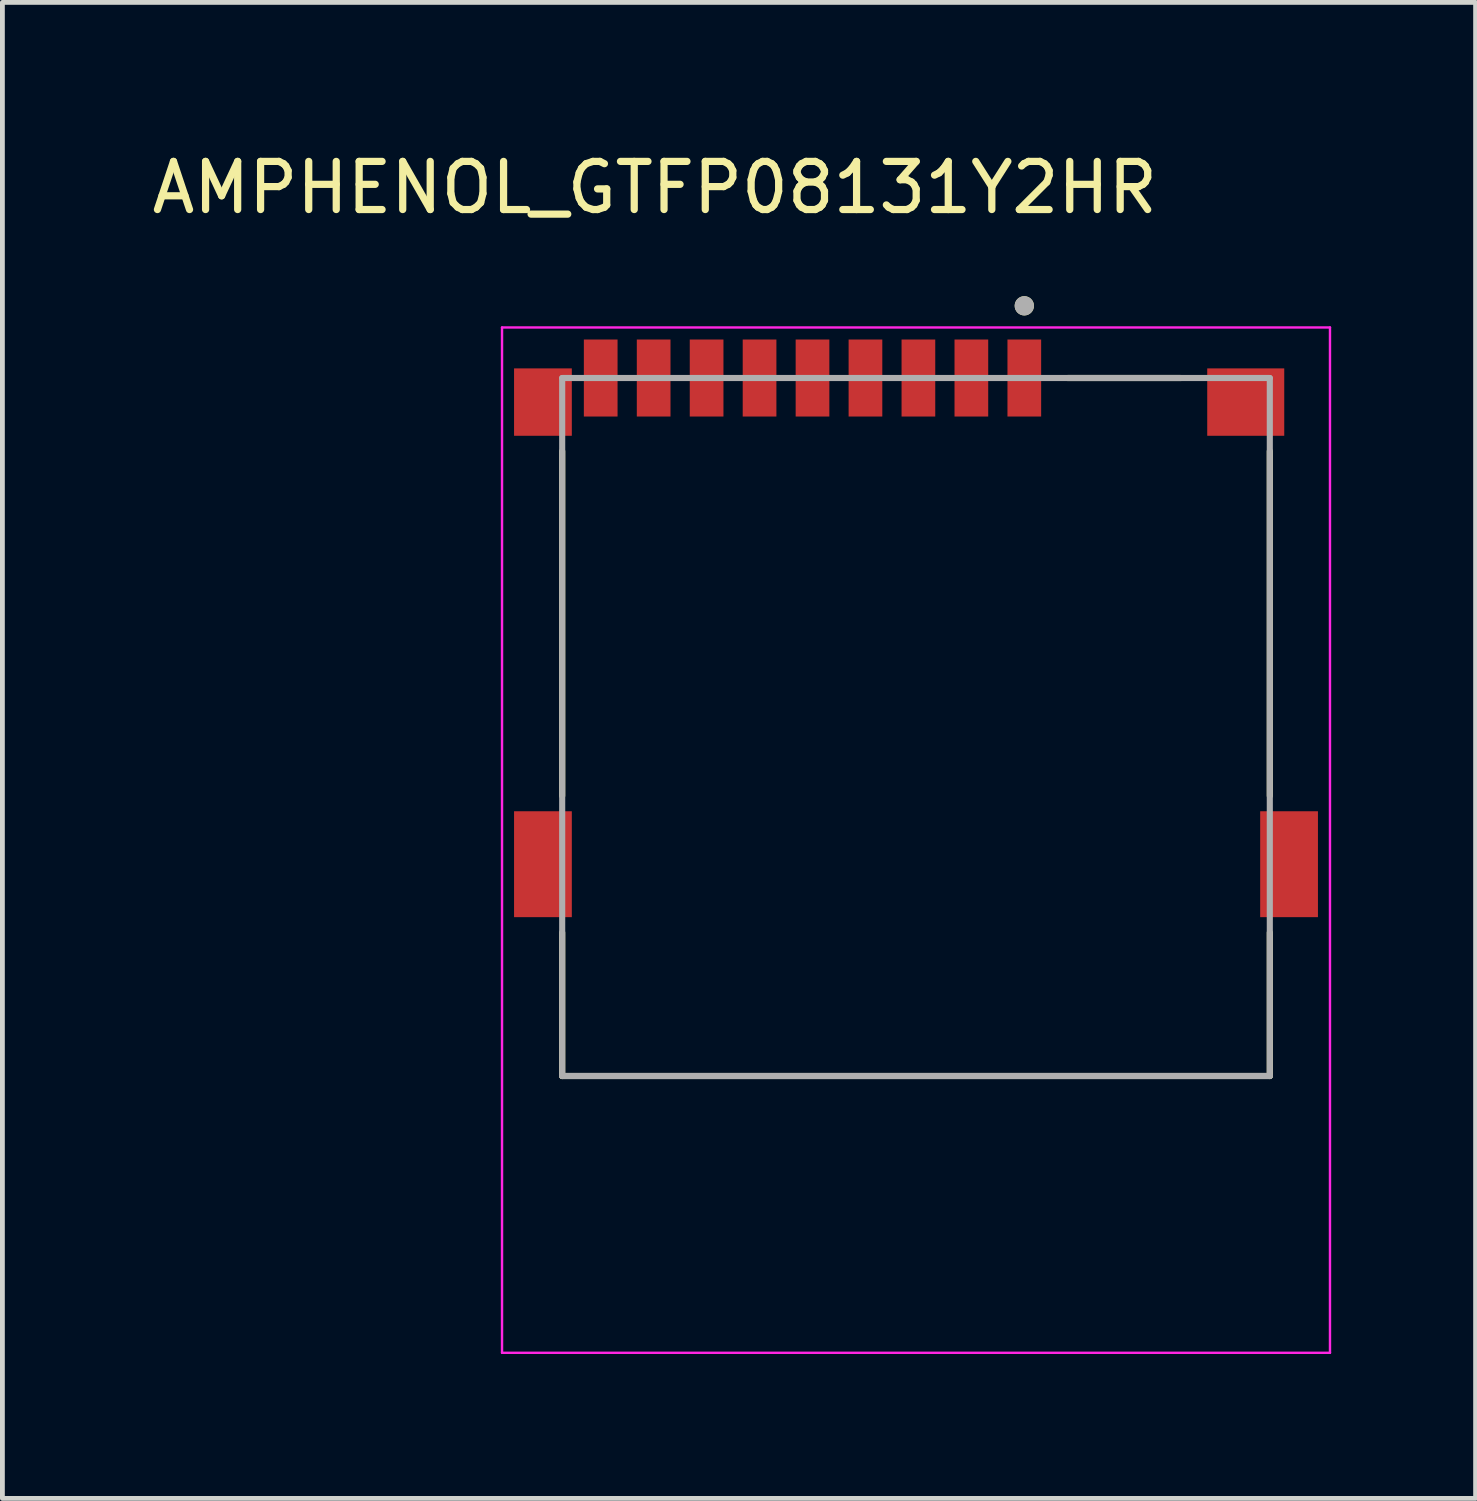
<source format=kicad_pcb>
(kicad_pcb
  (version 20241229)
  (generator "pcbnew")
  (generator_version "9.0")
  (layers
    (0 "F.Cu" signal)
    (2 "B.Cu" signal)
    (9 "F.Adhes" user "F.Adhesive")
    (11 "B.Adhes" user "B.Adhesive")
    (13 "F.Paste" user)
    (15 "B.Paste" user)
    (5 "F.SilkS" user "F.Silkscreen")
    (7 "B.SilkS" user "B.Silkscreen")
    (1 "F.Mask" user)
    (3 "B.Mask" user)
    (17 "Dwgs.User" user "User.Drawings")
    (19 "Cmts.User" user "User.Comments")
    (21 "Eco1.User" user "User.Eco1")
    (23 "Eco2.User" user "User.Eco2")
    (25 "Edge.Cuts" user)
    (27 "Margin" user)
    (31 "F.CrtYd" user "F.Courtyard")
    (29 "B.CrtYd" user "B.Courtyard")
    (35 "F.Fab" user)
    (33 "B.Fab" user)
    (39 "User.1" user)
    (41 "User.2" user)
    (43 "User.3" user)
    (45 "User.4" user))
  (footprint "AMPHENOL_GTFP08131Y2HR"
    (layer "F.Cu")
    (at 15.979 14.903)
    (property "Reference" "AMPHENOL_GTFP08131Y2HR" (at -5.425 -14.055 0) (layer "F.SilkS") (effects (font (size 1 1) (thickness 0.15))))
    (attr through_hole)
    (fp_line (start -7.35 -8.58) (end -7.35 -1.42) (stroke (width 0.127) (type solid)) (layer "F.SilkS"))
    (fp_line (start -7.35 4.4) (end -7.35 1.42) (stroke (width 0.127) (type solid)) (layer "F.SilkS"))
    (fp_line (start 3.15 -10.1) (end 5.5 -10.1) (stroke (width 0.127) (type solid)) (layer "F.SilkS"))
    (fp_line (start 7.35 -8.58) (end 7.35 -1.42) (stroke (width 0.127) (type solid)) (layer "F.SilkS"))
    (fp_line (start 7.35 4.4) (end -7.35 4.4) (stroke (width 0.127) (type solid)) (layer "F.SilkS"))
    (fp_line (start 7.35 4.4) (end 7.35 1.42) (stroke (width 0.127) (type solid)) (layer "F.SilkS"))
    (fp_circle (center 2.25 -11.6) (end 2.35 -11.6) (stroke (width 0.2) (type solid)) (fill no) (layer "F.SilkS"))
    (fp_line (start -8.6 -11.15) (end -8.6 10.15) (stroke (width 0.05) (type solid)) (layer "F.CrtYd"))
    (fp_line (start -8.6 10.15) (end 8.6 10.15) (stroke (width 0.05) (type solid)) (layer "F.CrtYd"))
    (fp_line (start 8.6 -11.15) (end -8.6 -11.15) (stroke (width 0.05) (type solid)) (layer "F.CrtYd"))
    (fp_line (start 8.6 10.15) (end 8.6 -11.15) (stroke (width 0.05) (type solid)) (layer "F.CrtYd"))
    (fp_line (start -7.35 -10.1) (end 7.35 -10.1) (stroke (width 0.127) (type solid)) (layer "F.Fab"))
    (fp_line (start -7.35 4.4) (end -7.35 -10.1) (stroke (width 0.127) (type solid)) (layer "F.Fab"))
    (fp_line (start 7.35 -10.1) (end 7.35 4.4) (stroke (width 0.127) (type solid)) (layer "F.Fab"))
    (fp_line (start 7.35 4.4) (end -7.35 4.4) (stroke (width 0.127) (type solid)) (layer "F.Fab"))
    (fp_circle (center 2.25 -11.6) (end 2.35 -11.6) (stroke (width 0.2) (type solid)) (fill no) (layer "F.Fab"))
    (pad "1" smd rect (at 2.25 -10.1) (size 0.7 1.6) (layers "F.Cu" "F.Mask" "F.Paste"))
    (pad "2" smd rect (at 1.15 -10.1) (size 0.7 1.6) (layers "F.Cu" "F.Mask" "F.Paste"))
    (pad "3" smd rect (at 0.05 -10.1) (size 0.7 1.6) (layers "F.Cu" "F.Mask" "F.Paste"))
    (pad "4" smd rect (at -1.05 -10.1) (size 0.7 1.6) (layers "F.Cu" "F.Mask" "F.Paste"))
    (pad "5" smd rect (at -2.15 -10.1) (size 0.7 1.6) (layers "F.Cu" "F.Mask" "F.Paste"))
    (pad "6" smd rect (at -3.25 -10.1) (size 0.7 1.6) (layers "F.Cu" "F.Mask" "F.Paste"))
    (pad "7" smd rect (at -4.35 -10.1) (size 0.7 1.6) (layers "F.Cu" "F.Mask" "F.Paste"))
    (pad "8" smd rect (at -5.45 -10.1) (size 0.7 1.6) (layers "F.Cu" "F.Mask" "F.Paste"))
    (pad "CD" smd rect (at -6.55 -10.1) (size 0.7 1.6) (layers "F.Cu" "F.Mask" "F.Paste"))
    (pad "S1" smd rect (at -7.75 -9.6) (size 1.2 1.4) (layers "F.Cu" "F.Mask" "F.Paste"))
    (pad "S2" smd rect (at 6.85 -9.6) (size 1.6 1.4) (layers "F.Cu" "F.Mask" "F.Paste"))
    (pad "S3" smd rect (at -7.75 0) (size 1.2 2.2) (layers "F.Cu" "F.Mask" "F.Paste"))
    (pad "S4" smd rect (at 7.75 0) (size 1.2 2.2) (layers "F.Cu" "F.Mask" "F.Paste"))
    (zone (net_name "") (layer "F.Cu") (hatch full 0.508) (connect_pads) (min_thickness 0.01) (filled_areas_thickness no) (keepout (tracks not_allowed) (vias not_allowed) (pads not_allowed) (copperpour not_allowed) (footprints allowed)) (placement (enabled no)) (fill) (polygon (pts (xy 10.079 8.803) (xy 19.079 8.803) (xy 19.079 10.803) (xy 10.079 10.803))))
    (zone (net_name "") (layers "F.Cu" "B.Cu") (hatch full 0.508) (connect_pads) (min_thickness 0.01) (filled_areas_thickness no) (keepout (tracks allowed) (vias not_allowed) (pads allowed) (copperpour allowed) (footprints allowed)) (placement (enabled no)) (fill) (polygon (pts (xy 10.079 8.803) (xy 19.079 8.803) (xy 19.079 10.803) (xy 10.079 10.803)))))
  (gr_rect
    (start -3 -3)
    (end 27.604 28.078)
    (stroke (width 0.1) (type default))
    (fill no)
    (layer "Edge.Cuts")))
</source>
